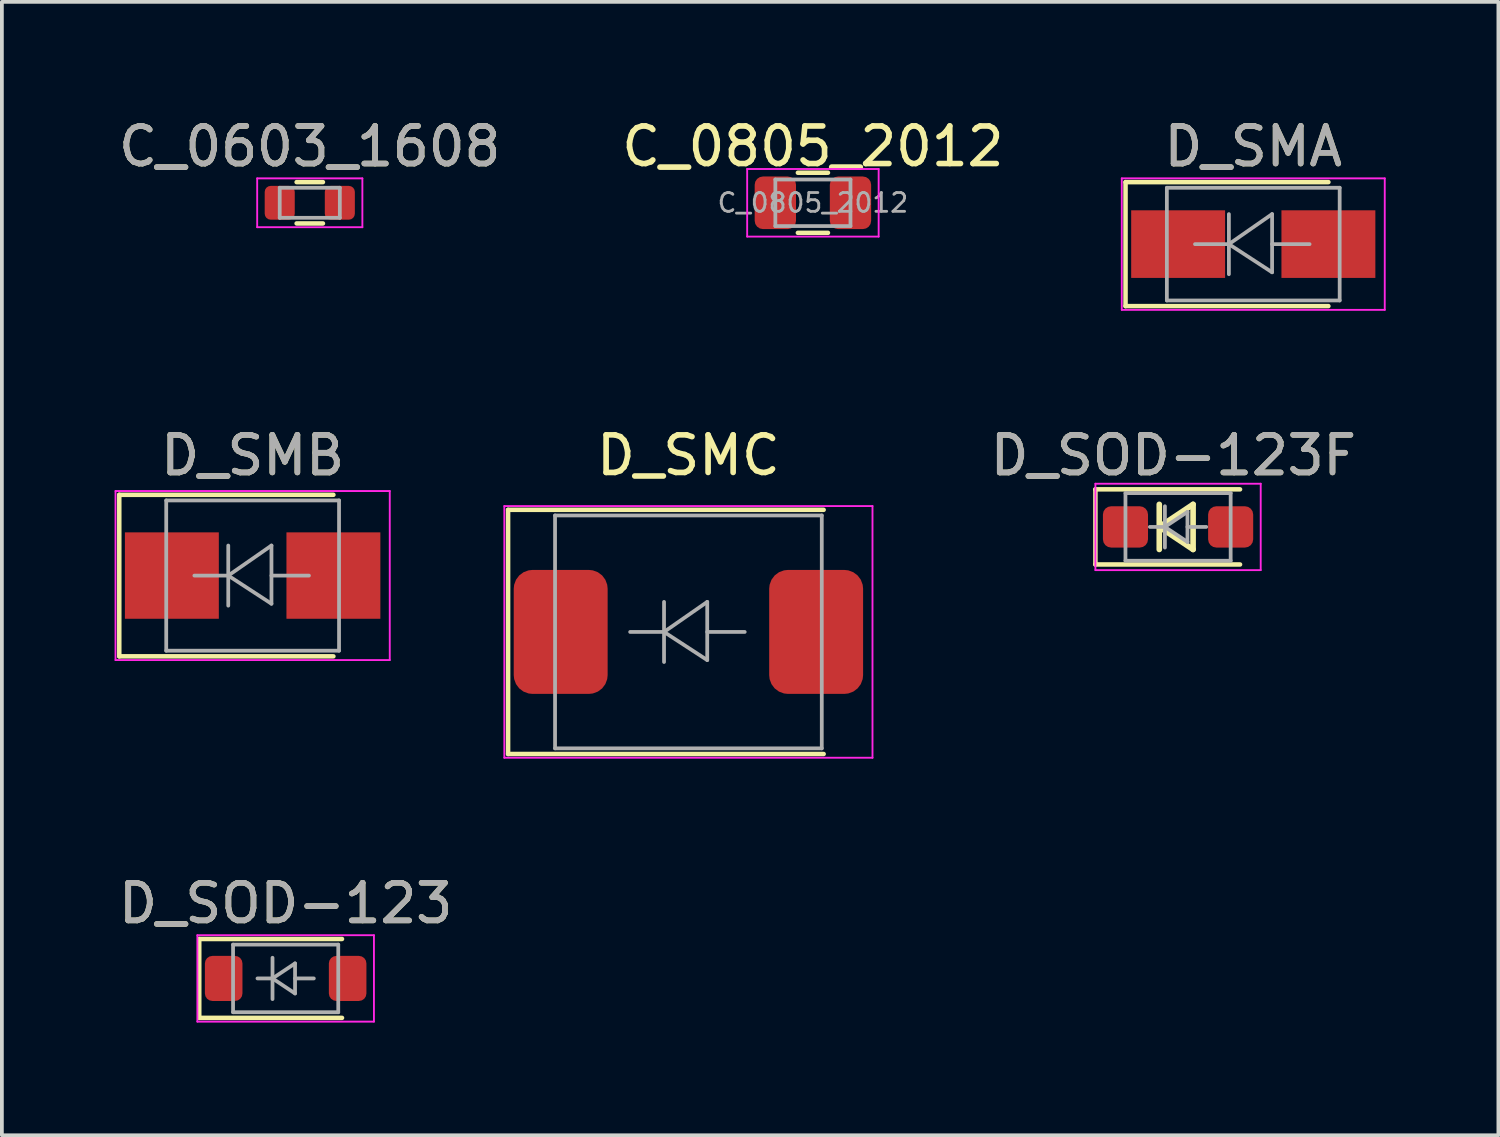
<source format=kicad_pcb>
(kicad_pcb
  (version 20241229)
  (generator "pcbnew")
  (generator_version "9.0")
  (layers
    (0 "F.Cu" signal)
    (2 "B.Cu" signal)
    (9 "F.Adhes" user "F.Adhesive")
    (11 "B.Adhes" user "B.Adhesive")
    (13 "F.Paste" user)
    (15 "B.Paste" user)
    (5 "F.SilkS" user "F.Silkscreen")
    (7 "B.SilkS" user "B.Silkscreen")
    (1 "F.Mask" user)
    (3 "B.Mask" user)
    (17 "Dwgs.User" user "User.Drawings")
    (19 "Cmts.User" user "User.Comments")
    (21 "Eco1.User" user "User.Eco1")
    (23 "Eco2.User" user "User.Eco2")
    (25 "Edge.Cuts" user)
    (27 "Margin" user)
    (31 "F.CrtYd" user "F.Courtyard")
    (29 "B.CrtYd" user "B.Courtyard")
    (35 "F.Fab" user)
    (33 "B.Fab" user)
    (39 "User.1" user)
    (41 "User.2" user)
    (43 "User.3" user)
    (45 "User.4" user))
  (footprint "D_SMB"
    (layer "F.Cu")
    (at 3.675 12.271)
    (property "Reference" "D_SMB" (at 0 -3.2 0) (layer "F.SilkS") (effects (font (size 1 1) (thickness 0.15))))
    (attr smd)
    (fp_line (start -3.55 -2.15) (end -3.55 2.15) (stroke (width 0.12) (type solid)) (layer "F.SilkS"))
    (fp_line (start -3.55 -2.15) (end 2.15 -2.15) (stroke (width 0.12) (type solid)) (layer "F.SilkS"))
    (fp_line (start -3.55 2.15) (end 2.15 2.15) (stroke (width 0.12) (type solid)) (layer "F.SilkS"))
    (fp_line (start -3.65 -2.25) (end 3.65 -2.25) (stroke (width 0.05) (type solid)) (layer "F.CrtYd"))
    (fp_line (start -3.65 2.25) (end -3.65 -2.25) (stroke (width 0.05) (type solid)) (layer "F.CrtYd"))
    (fp_line (start 3.65 -2.25) (end 3.65 2.25) (stroke (width 0.05) (type solid)) (layer "F.CrtYd"))
    (fp_line (start 3.65 2.25) (end -3.65 2.25) (stroke (width 0.05) (type solid)) (layer "F.CrtYd"))
    (fp_line (start -2.3 2) (end -2.3 -2) (stroke (width 0.1) (type solid)) (layer "F.Fab"))
    (fp_line (start -0.649 -0.799) (end -0.649 0.801) (stroke (width 0.1) (type solid)) (layer "F.Fab"))
    (fp_line (start -0.649 0.001) (end -1.551 0.001) (stroke (width 0.1) (type solid)) (layer "F.Fab"))
    (fp_line (start -0.649 0.001) (end 0.501 -0.799) (stroke (width 0.1) (type solid)) (layer "F.Fab"))
    (fp_line (start -0.649 0.001) (end 0.501 0.75) (stroke (width 0.1) (type solid)) (layer "F.Fab"))
    (fp_line (start 0.501 0.001) (end 1.499 0.001) (stroke (width 0.1) (type solid)) (layer "F.Fab"))
    (fp_line (start 0.501 0.75) (end 0.501 -0.799) (stroke (width 0.1) (type solid)) (layer "F.Fab"))
    (fp_line (start 2.3 -2) (end -2.3 -2) (stroke (width 0.1) (type solid)) (layer "F.Fab"))
    (fp_line (start 2.3 -2) (end 2.3 2) (stroke (width 0.1) (type solid)) (layer "F.Fab"))
    (fp_line (start 2.3 2) (end -2.3 2) (stroke (width 0.1) (type solid)) (layer "F.Fab"))
    (fp_text user "${REFERENCE}" (at 0 -3.2 0) (layer "F.Fab") (effects (font (size 1 1) (thickness 0.15))))
    (pad "1" smd rect (at -2.15 0) (size 2.5 2.3) (layers "F.Cu" "F.Mask" "F.Paste"))
    (pad "2" smd rect (at 2.15 0) (size 2.5 2.3) (layers "F.Cu" "F.Mask" "F.Paste")))
  (footprint "D_SMA"
    (layer "F.Cu")
    (at 30.311 3.448)
    (property "Reference" "D_SMA" (at 0 -2.6 0) (layer "F.SilkS") (effects (font (size 1 1) (thickness 0.15))))
    (attr smd)
    (fp_line (start -3.4 -1.65) (end -3.4 1.65) (stroke (width 0.12) (type solid)) (layer "F.SilkS"))
    (fp_line (start -3.4 -1.65) (end 2 -1.65) (stroke (width 0.12) (type solid)) (layer "F.SilkS"))
    (fp_line (start -3.4 1.65) (end 2 1.65) (stroke (width 0.12) (type solid)) (layer "F.SilkS"))
    (fp_line (start -3.5 -1.75) (end 3.5 -1.75) (stroke (width 0.05) (type solid)) (layer "F.CrtYd"))
    (fp_line (start -3.5 1.75) (end -3.5 -1.75) (stroke (width 0.05) (type solid)) (layer "F.CrtYd"))
    (fp_line (start 3.5 -1.75) (end 3.5 1.75) (stroke (width 0.05) (type solid)) (layer "F.CrtYd"))
    (fp_line (start 3.5 1.75) (end -3.5 1.75) (stroke (width 0.05) (type solid)) (layer "F.CrtYd"))
    (fp_line (start -2.3 1.5) (end -2.3 -1.5) (stroke (width 0.1) (type solid)) (layer "F.Fab"))
    (fp_line (start -0.649 -0.799) (end -0.649 0.801) (stroke (width 0.1) (type solid)) (layer "F.Fab"))
    (fp_line (start -0.649 0.001) (end -1.551 0.001) (stroke (width 0.1) (type solid)) (layer "F.Fab"))
    (fp_line (start -0.649 0.001) (end 0.501 -0.799) (stroke (width 0.1) (type solid)) (layer "F.Fab"))
    (fp_line (start -0.649 0.001) (end 0.501 0.75) (stroke (width 0.1) (type solid)) (layer "F.Fab"))
    (fp_line (start 0.501 0.001) (end 1.499 0.001) (stroke (width 0.1) (type solid)) (layer "F.Fab"))
    (fp_line (start 0.501 0.75) (end 0.501 -0.799) (stroke (width 0.1) (type solid)) (layer "F.Fab"))
    (fp_line (start 2.3 -1.5) (end -2.3 -1.5) (stroke (width 0.1) (type solid)) (layer "F.Fab"))
    (fp_line (start 2.3 -1.5) (end 2.3 1.5) (stroke (width 0.1) (type solid)) (layer "F.Fab"))
    (fp_line (start 2.3 1.5) (end -2.3 1.5) (stroke (width 0.1) (type solid)) (layer "F.Fab"))
    (fp_text user "${REFERENCE}" (at 0 -2.6 0) (layer "F.Fab") (effects (font (size 1 1) (thickness 0.15))))
    (pad "1" smd rect (at -2 0) (size 2.5 1.8) (layers "F.Cu" "F.Mask" "F.Paste"))
    (pad "2" smd rect (at 2 0) (size 2.5 1.8) (layers "F.Cu" "F.Mask" "F.Paste")))
  (footprint "D_SMC"
    (layer "F.Cu")
    (at 15.275 13.771)
    (property "Reference" "D_SMC" (at 0 -4.7 0) (layer "F.SilkS") (effects (font (size 1 1) (thickness 0.15))))
    (attr smd)
    (fp_line (start -4.8 -3.25) (end 3.6 -3.25) (stroke (width 0.12) (type solid)) (layer "F.SilkS"))
    (fp_line (start -4.8 3.25) (end -4.8 -3.25) (stroke (width 0.12) (type solid)) (layer "F.SilkS"))
    (fp_line (start -4.8 3.25) (end 3.6 3.25) (stroke (width 0.12) (type solid)) (layer "F.SilkS"))
    (fp_line (start -4.9 -3.35) (end 4.9 -3.35) (stroke (width 0.05) (type solid)) (layer "F.CrtYd"))
    (fp_line (start -4.9 3.35) (end -4.9 -3.35) (stroke (width 0.05) (type solid)) (layer "F.CrtYd"))
    (fp_line (start 4.9 -3.35) (end 4.9 3.35) (stroke (width 0.05) (type solid)) (layer "F.CrtYd"))
    (fp_line (start 4.9 3.35) (end -4.9 3.35) (stroke (width 0.05) (type solid)) (layer "F.CrtYd"))
    (fp_line (start -3.55 3.1) (end -3.55 -3.1) (stroke (width 0.1) (type solid)) (layer "F.Fab"))
    (fp_line (start -0.649 -0.799) (end -0.649 0.801) (stroke (width 0.1) (type solid)) (layer "F.Fab"))
    (fp_line (start -0.649 0.001) (end -1.551 0.001) (stroke (width 0.1) (type solid)) (layer "F.Fab"))
    (fp_line (start -0.649 0.001) (end 0.501 -0.799) (stroke (width 0.1) (type solid)) (layer "F.Fab"))
    (fp_line (start -0.649 0.001) (end 0.501 0.75) (stroke (width 0.1) (type solid)) (layer "F.Fab"))
    (fp_line (start 0.501 0.001) (end 1.499 0.001) (stroke (width 0.1) (type solid)) (layer "F.Fab"))
    (fp_line (start 0.501 0.75) (end 0.501 -0.799) (stroke (width 0.1) (type solid)) (layer "F.Fab"))
    (fp_line (start 3.55 -3.1) (end -3.55 -3.1) (stroke (width 0.1) (type solid)) (layer "F.Fab"))
    (fp_line (start 3.55 -3.1) (end 3.55 3.1) (stroke (width 0.1) (type solid)) (layer "F.Fab"))
    (fp_line (start 3.55 3.1) (end -3.55 3.1) (stroke (width 0.1) (type solid)) (layer "F.Fab"))
    (pad "1" smd roundrect (at -3.4 0 90) (size 3.3 2.5) (layers "F.Cu" "F.Mask" "F.Paste") (roundrect_rratio 0.2))
    (pad "2" smd roundrect (at 3.4 0 90) (size 3.3 2.5) (layers "F.Cu" "F.Mask" "F.Paste") (roundrect_rratio 0.2)))
  (footprint "D_SOD-123"
    (layer "F.Cu")
    (at 4.554 22.995)
    (property "Reference" "D_SOD-123" (at 0 -2 0) (layer "F.SilkS") (effects (font (size 1 1) (thickness 0.15))))
    (attr smd)
    (fp_line (start -2.3 -1.05) (end -2.3 1.05) (stroke (width 0.12) (type solid)) (layer "F.SilkS"))
    (fp_line (start -2.3 -1.05) (end 1.5 -1.05) (stroke (width 0.12) (type solid)) (layer "F.SilkS"))
    (fp_line (start -2.3 1.05) (end 1.5 1.05) (stroke (width 0.12) (type solid)) (layer "F.SilkS"))
    (fp_line (start -2.35 -1.15) (end -2.35 1.15) (stroke (width 0.05) (type solid)) (layer "F.CrtYd"))
    (fp_line (start -2.35 -1.15) (end 2.35 -1.15) (stroke (width 0.05) (type solid)) (layer "F.CrtYd"))
    (fp_line (start 2.35 -1.15) (end 2.35 1.15) (stroke (width 0.05) (type solid)) (layer "F.CrtYd"))
    (fp_line (start 2.35 1.15) (end -2.35 1.15) (stroke (width 0.05) (type solid)) (layer "F.CrtYd"))
    (fp_line (start -1.4 -0.9) (end 1.4 -0.9) (stroke (width 0.1) (type solid)) (layer "F.Fab"))
    (fp_line (start -1.4 0.9) (end -1.4 -0.9) (stroke (width 0.1) (type solid)) (layer "F.Fab"))
    (fp_line (start -0.75 0) (end -0.35 0) (stroke (width 0.1) (type solid)) (layer "F.Fab"))
    (fp_line (start -0.35 0) (end -0.35 -0.55) (stroke (width 0.1) (type solid)) (layer "F.Fab"))
    (fp_line (start -0.35 0) (end -0.35 0.55) (stroke (width 0.1) (type solid)) (layer "F.Fab"))
    (fp_line (start -0.35 0) (end 0.25 -0.4) (stroke (width 0.1) (type solid)) (layer "F.Fab"))
    (fp_line (start 0.25 -0.4) (end 0.25 0.4) (stroke (width 0.1) (type solid)) (layer "F.Fab"))
    (fp_line (start 0.25 0) (end 0.75 0) (stroke (width 0.1) (type solid)) (layer "F.Fab"))
    (fp_line (start 0.25 0.4) (end -0.35 0) (stroke (width 0.1) (type solid)) (layer "F.Fab"))
    (fp_line (start 1.4 -0.9) (end 1.4 0.9) (stroke (width 0.1) (type solid)) (layer "F.Fab"))
    (fp_line (start 1.4 0.9) (end -1.4 0.9) (stroke (width 0.1) (type solid)) (layer "F.Fab"))
    (fp_text user "${REFERENCE}" (at 0 -2 0) (layer "F.Fab") (effects (font (size 1 1) (thickness 0.15))))
    (pad "1" smd roundrect (at -1.65 0) (size 1 1.2) (layers "F.Cu" "F.Mask" "F.Paste") (roundrect_rratio 0.2))
    (pad "2" smd roundrect (at 1.65 0) (size 1 1.2) (layers "F.Cu" "F.Mask" "F.Paste") (roundrect_rratio 0.2)))
  (footprint "C_0603_1608"
    (layer "F.Cu")
    (at 5.196 2.348)
    (property "Reference" "C_0603_1608" (at 0 -1.5 0) (layer "F.SilkS") (effects (font (size 1 1) (thickness 0.15))))
    (attr smd)
    (fp_line (start -0.35 -0.55) (end 0.35 -0.55) (stroke (width 0.12) (type solid)) (layer "F.SilkS"))
    (fp_line (start 0.35 0.55) (end -0.35 0.55) (stroke (width 0.12) (type solid)) (layer "F.SilkS"))
    (fp_line (start -1.4 -0.65) (end -1.4 0.65) (stroke (width 0.05) (type solid)) (layer "F.CrtYd"))
    (fp_line (start -1.4 -0.65) (end 1.4 -0.65) (stroke (width 0.05) (type solid)) (layer "F.CrtYd"))
    (fp_line (start 1.4 0.65) (end -1.4 0.65) (stroke (width 0.05) (type solid)) (layer "F.CrtYd"))
    (fp_line (start 1.4 0.65) (end 1.4 -0.65) (stroke (width 0.05) (type solid)) (layer "F.CrtYd"))
    (fp_line (start -0.8 -0.4) (end 0.8 -0.4) (stroke (width 0.1) (type solid)) (layer "F.Fab"))
    (fp_line (start -0.8 0.4) (end -0.8 -0.4) (stroke (width 0.1) (type solid)) (layer "F.Fab"))
    (fp_line (start 0.8 -0.4) (end 0.8 0.4) (stroke (width 0.1) (type solid)) (layer "F.Fab"))
    (fp_line (start 0.8 0.4) (end -0.8 0.4) (stroke (width 0.1) (type solid)) (layer "F.Fab"))
    (fp_text user "${REFERENCE}" (at 0 -1.5 0) (layer "F.Fab") (effects (font (size 1 1) (thickness 0.15))))
    (pad "1" smd roundrect (at -0.8 0) (size 0.8 0.9) (layers "F.Cu" "F.Mask" "F.Paste") (roundrect_rratio 0.2))
    (pad "2" smd roundrect (at 0.8 0) (size 0.8 0.9) (layers "F.Cu" "F.Mask" "F.Paste") (roundrect_rratio 0.2)))
  (footprint "D_SOD-123F"
    (layer "F.Cu")
    (at 28.309 10.976)
    (property "Reference" "D_SOD-123F" (at -0.127 -1.905 0) (layer "F.SilkS") (effects (font (size 1 1) (thickness 0.15))))
    (attr smd)
    (fp_line (start -2.2 -1) (end -2.2 1) (stroke (width 0.12) (type solid)) (layer "F.SilkS"))
    (fp_line (start -2.2 -1) (end 1.65 -1) (stroke (width 0.12) (type solid)) (layer "F.SilkS"))
    (fp_line (start -2.2 1) (end 1.65 1) (stroke (width 0.12) (type solid)) (layer "F.SilkS"))
    (fp_line (start -0.5 -0.6) (end -0.5 0.6) (stroke (width 0.15) (type solid)) (layer "F.SilkS"))
    (fp_line (start -0.5 0) (end 0.4 -0.6) (stroke (width 0.15) (type solid)) (layer "F.SilkS"))
    (fp_line (start 0.4 -0.6) (end 0.4 0.6) (stroke (width 0.15) (type solid)) (layer "F.SilkS"))
    (fp_line (start 0.4 0.6) (end -0.5 0) (stroke (width 0.15) (type solid)) (layer "F.SilkS"))
    (fp_line (start -2.2 -1.15) (end -2.2 1.15) (stroke (width 0.05) (type solid)) (layer "F.CrtYd"))
    (fp_line (start -2.2 -1.15) (end 2.2 -1.15) (stroke (width 0.05) (type solid)) (layer "F.CrtYd"))
    (fp_line (start 2.2 -1.15) (end 2.2 1.15) (stroke (width 0.05) (type solid)) (layer "F.CrtYd"))
    (fp_line (start 2.2 1.15) (end -2.2 1.15) (stroke (width 0.05) (type solid)) (layer "F.CrtYd"))
    (fp_line (start -1.4 -0.9) (end 1.4 -0.9) (stroke (width 0.1) (type solid)) (layer "F.Fab"))
    (fp_line (start -1.4 0.9) (end -1.4 -0.9) (stroke (width 0.1) (type solid)) (layer "F.Fab"))
    (fp_line (start -0.75 0) (end -0.35 0) (stroke (width 0.1) (type solid)) (layer "F.Fab"))
    (fp_line (start -0.35 0) (end -0.35 -0.55) (stroke (width 0.1) (type solid)) (layer "F.Fab"))
    (fp_line (start -0.35 0) (end -0.35 0.55) (stroke (width 0.1) (type solid)) (layer "F.Fab"))
    (fp_line (start -0.35 0) (end 0.25 -0.4) (stroke (width 0.1) (type solid)) (layer "F.Fab"))
    (fp_line (start 0.25 -0.4) (end 0.25 0.4) (stroke (width 0.1) (type solid)) (layer "F.Fab"))
    (fp_line (start 0.25 0) (end 0.75 0) (stroke (width 0.1) (type solid)) (layer "F.Fab"))
    (fp_line (start 0.25 0.4) (end -0.35 0) (stroke (width 0.1) (type solid)) (layer "F.Fab"))
    (fp_line (start 1.4 -0.9) (end 1.4 0.9) (stroke (width 0.1) (type solid)) (layer "F.Fab"))
    (fp_line (start 1.4 0.9) (end -1.4 0.9) (stroke (width 0.1) (type solid)) (layer "F.Fab"))
    (fp_text user "${REFERENCE}" (at -0.127 -1.905 0) (layer "F.Fab") (effects (font (size 1 1) (thickness 0.15))))
    (pad "1" smd roundrect (at -1.4 0) (size 1.2 1.1) (layers "F.Cu" "F.Mask" "F.Paste") (roundrect_rratio 0.2))
    (pad "2" smd roundrect (at 1.4 0) (size 1.2 1.1) (layers "F.Cu" "F.Mask" "F.Paste") (roundrect_rratio 0.2)))
  (footprint "C_0805_2012"
    (layer "F.Cu")
    (at 18.589 2.348)
    (property "Reference" "C_0805_2012" (at 0 -1.5 0) (layer "F.SilkS") (effects (font (size 1 1) (thickness 0.15))))
    (attr smd)
    (fp_line (start -0.4 0.8) (end 0.4 0.8) (stroke (width 0.12) (type solid)) (layer "F.SilkS"))
    (fp_line (start 0.4 -0.8) (end -0.4 -0.8) (stroke (width 0.12) (type solid)) (layer "F.SilkS"))
    (fp_line (start -1.75 -0.9) (end -1.75 0.9) (stroke (width 0.05) (type solid)) (layer "F.CrtYd"))
    (fp_line (start -1.75 -0.9) (end 1.75 -0.9) (stroke (width 0.05) (type solid)) (layer "F.CrtYd"))
    (fp_line (start 1.75 0.9) (end -1.75 0.9) (stroke (width 0.05) (type solid)) (layer "F.CrtYd"))
    (fp_line (start 1.75 0.9) (end 1.75 -0.9) (stroke (width 0.05) (type solid)) (layer "F.CrtYd"))
    (fp_line (start -1 -0.62) (end 1 -0.62) (stroke (width 0.1) (type solid)) (layer "F.Fab"))
    (fp_line (start -1 0.62) (end -1 -0.62) (stroke (width 0.1) (type solid)) (layer "F.Fab"))
    (fp_line (start 1 -0.62) (end 1 0.62) (stroke (width 0.1) (type solid)) (layer "F.Fab"))
    (fp_line (start 1 0.62) (end -1 0.62) (stroke (width 0.1) (type solid)) (layer "F.Fab"))
    (fp_text user "${REFERENCE}" (at 0 0 0) (layer "F.Fab") (effects (font (size 0.5 0.5) (thickness 0.075))))
    (pad "1" smd roundrect (at -1 0) (size 1.1 1.4) (layers "F.Cu" "F.Mask" "F.Paste") (roundrect_rratio 0.2))
    (pad "2" smd roundrect (at 1 0) (size 1.1 1.4) (layers "F.Cu" "F.Mask" "F.Paste") (roundrect_rratio 0.2)))
  (gr_rect
    (start -3 -3)
    (end 36.836 27.17)
    (stroke (width 0.1) (type default))
    (fill no)
    (layer "Edge.Cuts")))
</source>
